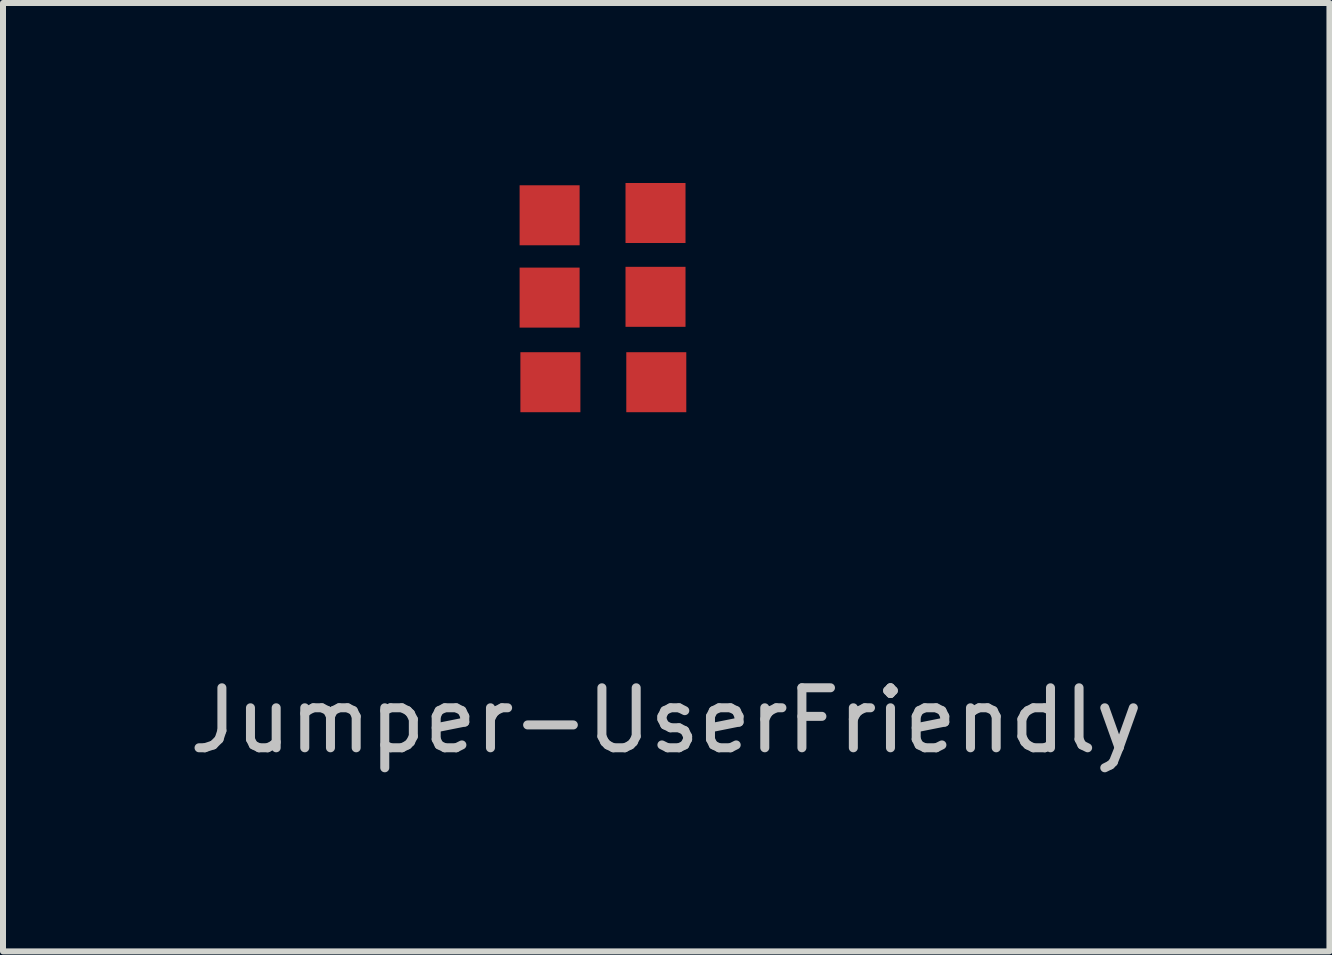
<source format=kicad_pcb>
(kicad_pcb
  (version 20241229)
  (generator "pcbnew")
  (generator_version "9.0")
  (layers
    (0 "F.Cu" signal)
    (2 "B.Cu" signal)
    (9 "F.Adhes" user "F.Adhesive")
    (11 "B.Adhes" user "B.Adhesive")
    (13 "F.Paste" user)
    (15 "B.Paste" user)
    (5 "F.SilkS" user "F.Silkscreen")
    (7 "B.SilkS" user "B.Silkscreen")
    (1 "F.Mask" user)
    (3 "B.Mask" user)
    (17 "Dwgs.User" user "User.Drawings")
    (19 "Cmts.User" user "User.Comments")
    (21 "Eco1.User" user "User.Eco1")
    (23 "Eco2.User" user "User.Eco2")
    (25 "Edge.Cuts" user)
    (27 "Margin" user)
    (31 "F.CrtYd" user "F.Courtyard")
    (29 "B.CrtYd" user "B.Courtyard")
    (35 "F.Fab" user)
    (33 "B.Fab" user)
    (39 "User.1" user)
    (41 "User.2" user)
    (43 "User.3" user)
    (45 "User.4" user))
  (footprint "Jumper-UserFriendly"
    (layer "F.Cu")
    (at 6.11 2.037)
    (property "Reference" "Jumper-UserFriendly" (at 1.943 6.921 0) (layer "Dwgs.User") (effects (font (size 1 1) (thickness 0.15))))
    (attr exclude_from_pos_files exclude_from_bom)
    (pad "1" smd rect (at 0 -1.499) (size 1 1) (layers "F.Cu" "F.Mask"))
    (pad "2" smd rect (at 1.765 -1.537) (size 1 1) (layers "F.Cu" "F.Mask"))
    (pad "3" smd rect (at 0 -0.127) (size 1 1) (layers "F.Cu" "F.Mask"))
    (pad "4" smd rect (at 1.765 -0.14) (size 1 1) (layers "F.Cu" "F.Mask"))
    (pad "5" smd rect (at 0.013 1.283) (size 1 1) (layers "F.Cu" "F.Mask"))
    (pad "6" smd rect (at 1.778 1.283) (size 1 1) (layers "F.Cu" "F.Mask")))
  (gr_rect
    (start -3 -3)
    (end 19.107 12.806)
    (stroke (width 0.1) (type default))
    (fill no)
    (layer "Edge.Cuts")))
</source>
